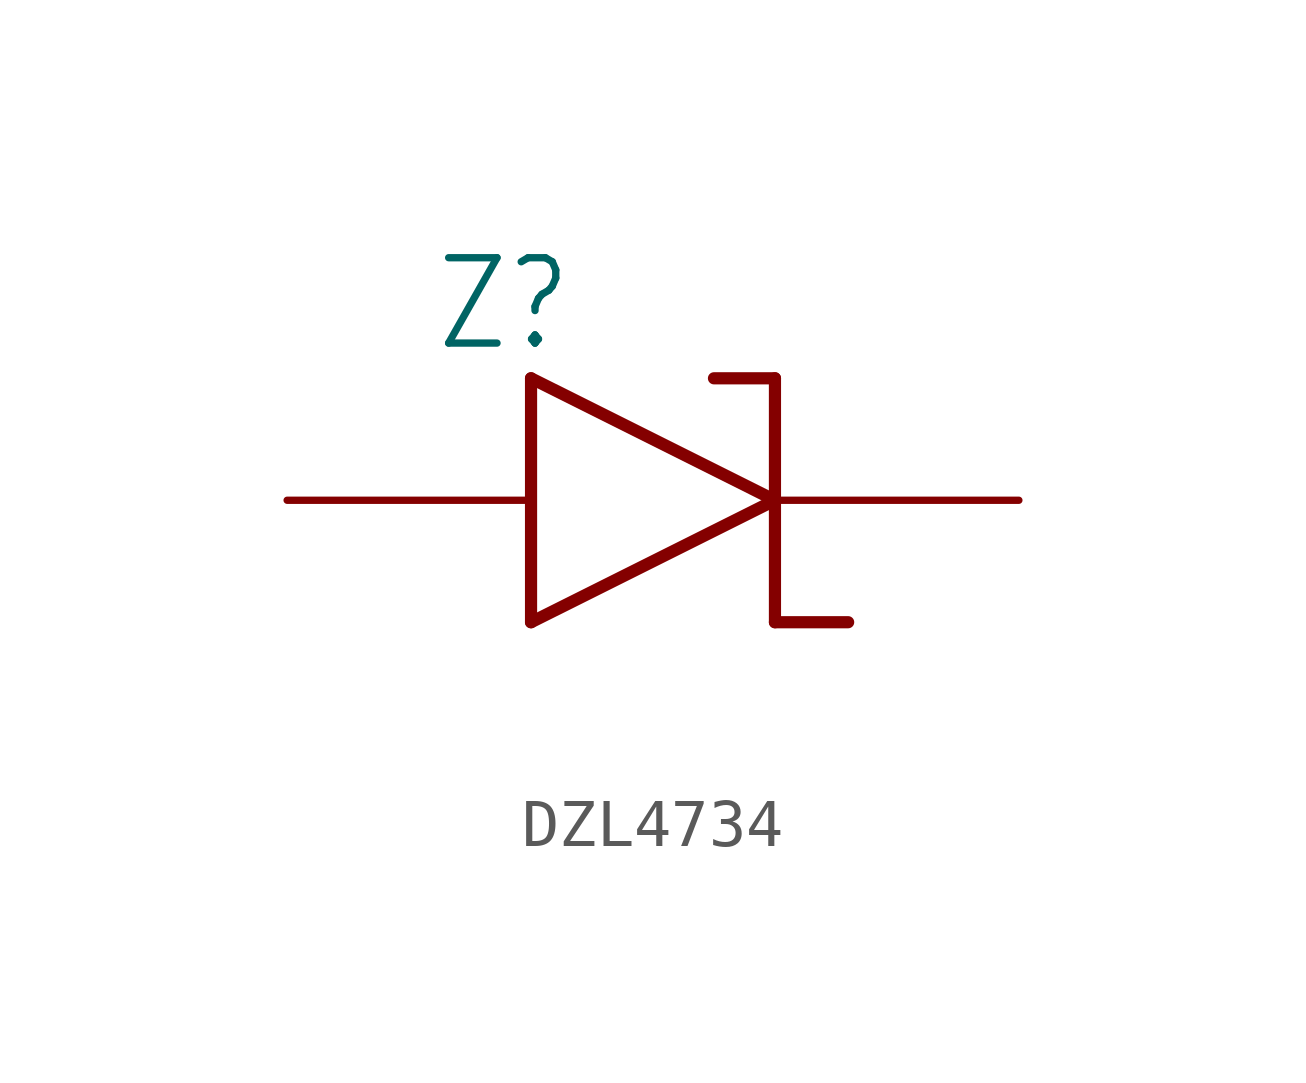
<source format=kicad_sym>
(kicad_symbol_lib
  (version 20241209)
  (generator "kicad_symbol_editor")
  (generator_version "9.0")
  (symbol "DZL4734"
    (property "Reference" "Z"
      (at -4.572 3.048 0)
      (effects (font (size 1.778 1.511)) (justify left bottom)))
    (property "Value" ""
      (at -5.08 -4.826 0)
      (effects (font (size 1.778 1.511)) (justify left bottom)))
    (property "ki_locked" ""
      (at 0 0 0)
      (effects (font (size 1.27 1.27))))
    (symbol "DZL4734_1_0"
      (polyline (pts (xy -2.54 2.54) (xy 2.54 0)) (stroke (width 0.254) (type solid)) (fill (type none)))
      (polyline (pts (xy -2.54 -2.54) (xy -2.54 2.54)) (stroke (width 0.254) (type solid)) (fill (type none)))
      (polyline (pts (xy 2.54 2.54) (xy 1.27 2.54)) (stroke (width 0.254) (type solid)) (fill (type none)))
      (polyline (pts (xy 2.54 2.54) (xy 2.54 -2.54)) (stroke (width 0.254) (type solid)) (fill (type none)))
      (polyline (pts (xy 2.54 0) (xy -2.54 -2.54)) (stroke (width 0.254) (type solid)) (fill (type none)))
      (polyline (pts (xy 2.54 -2.54) (xy 4.064 -2.54)) (stroke (width 0.254) (type solid)) (fill (type none)))
      (pin bidirectional line (at -7.62 0 0) (length 5.08) (name "A" (effects (font (size 0 0)))) (number "A" (effects (font (size 0 0)))))
      (pin bidirectional line (at 7.62 0 180) (length 5.08) (name "K" (effects (font (size 0 0)))) (number "K" (effects (font (size 0 0))))))))
</source>
